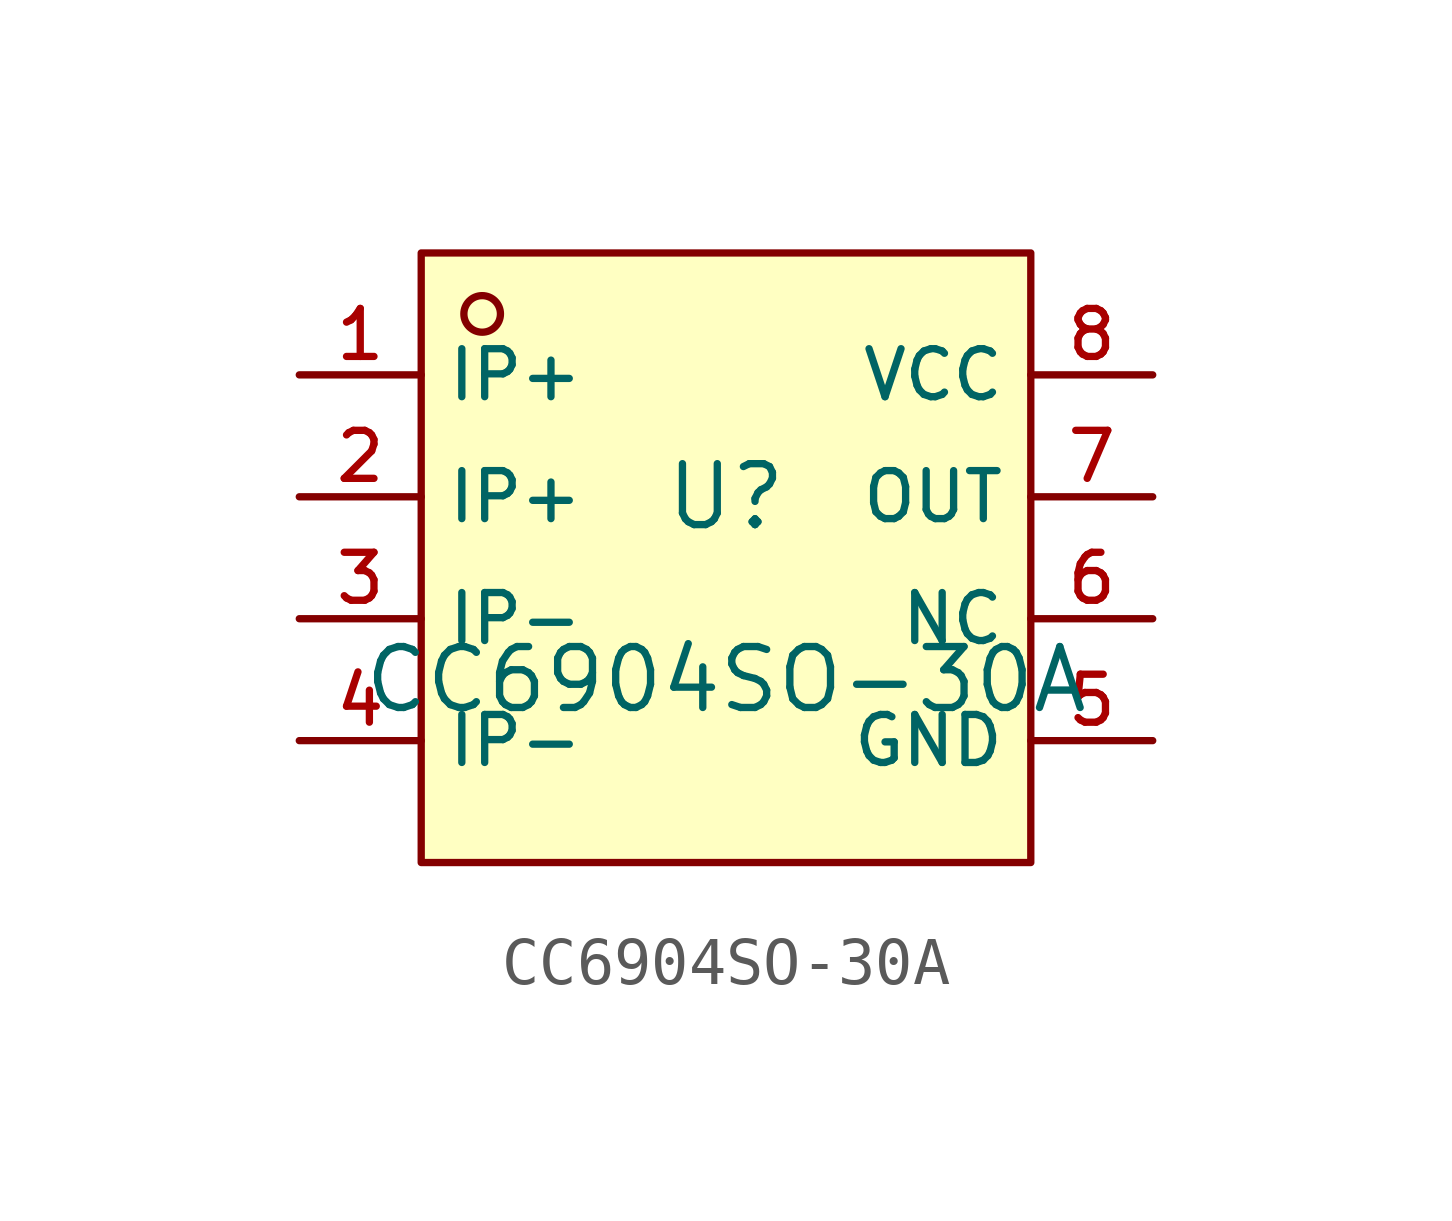
<source format=kicad_sym>
(kicad_symbol_lib
  (version 20210201)
  (generator TousstNicolas/JLC2KiCad_lib)
  (symbol "CC6904SO-30A"
    (property "Reference" "U"
      (at 0 1.27 0)
      (effects (font (size 1.27 1.27))))
    (property "Value" "CC6904SO-30A"
      (at 0 -2.54 0)
      (effects (font (size 1.27 1.27))))
    (symbol "CC6904SO-30A_0_1"
      (rectangle (start -6.35 6.35) (end 6.35 -6.35) (stroke (width 0) (type default) (color 0 0 0 0)) (fill (type background)))
      (circle (center -5.08 5.08) (radius 0.381) (stroke (width 0) (type default) (color 0 0 0 0)) (fill (type background)))
      (pin unspecified line (at -8.89 3.81 0) (length 2.54) (name "IP+" (effects (font (size 1 1)))) (number "1" (effects (font (size 1 1)))))
      (pin unspecified line (at -8.89 1.27 0) (length 2.54) (name "IP+" (effects (font (size 1 1)))) (number "2" (effects (font (size 1 1)))))
      (pin unspecified line (at -8.89 -1.27 0) (length 2.54) (name "IP-" (effects (font (size 1 1)))) (number "3" (effects (font (size 1 1)))))
      (pin unspecified line (at -8.89 -3.81 0) (length 2.54) (name "IP-" (effects (font (size 1 1)))) (number "4" (effects (font (size 1 1)))))
      (pin unspecified line (at 8.89 -3.81 180) (length 2.54) (name "GND" (effects (font (size 1 1)))) (number "5" (effects (font (size 1 1)))))
      (pin unspecified line (at 8.89 -1.27 180) (length 2.54) (name "NC" (effects (font (size 1 1)))) (number "6" (effects (font (size 1 1)))))
      (pin unspecified line (at 8.89 1.27 180) (length 2.54) (name "OUT" (effects (font (size 1 1)))) (number "7" (effects (font (size 1 1)))))
      (pin unspecified line (at 8.89 3.81 180) (length 2.54) (name "VCC" (effects (font (size 1 1)))) (number "8" (effects (font (size 1 1))))))))
</source>
